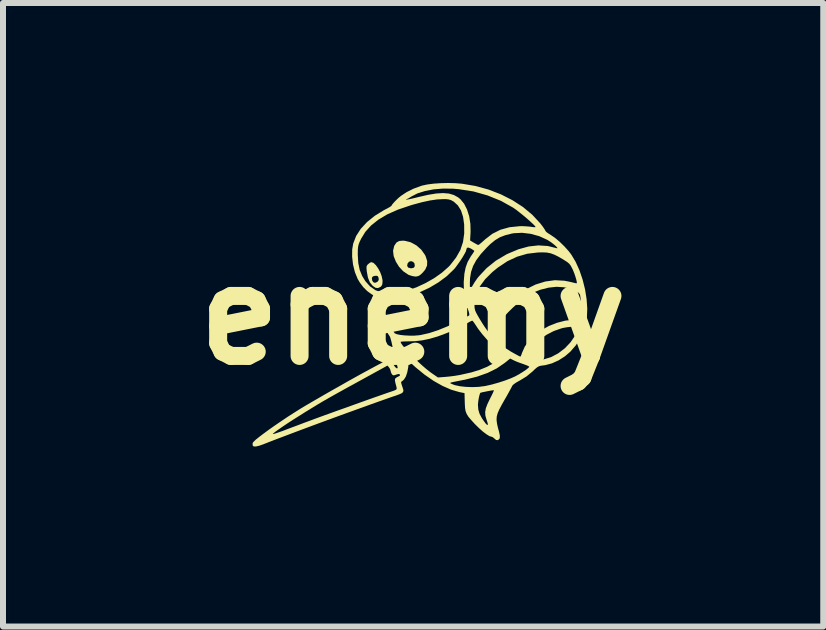
<source format=kicad_pcb>
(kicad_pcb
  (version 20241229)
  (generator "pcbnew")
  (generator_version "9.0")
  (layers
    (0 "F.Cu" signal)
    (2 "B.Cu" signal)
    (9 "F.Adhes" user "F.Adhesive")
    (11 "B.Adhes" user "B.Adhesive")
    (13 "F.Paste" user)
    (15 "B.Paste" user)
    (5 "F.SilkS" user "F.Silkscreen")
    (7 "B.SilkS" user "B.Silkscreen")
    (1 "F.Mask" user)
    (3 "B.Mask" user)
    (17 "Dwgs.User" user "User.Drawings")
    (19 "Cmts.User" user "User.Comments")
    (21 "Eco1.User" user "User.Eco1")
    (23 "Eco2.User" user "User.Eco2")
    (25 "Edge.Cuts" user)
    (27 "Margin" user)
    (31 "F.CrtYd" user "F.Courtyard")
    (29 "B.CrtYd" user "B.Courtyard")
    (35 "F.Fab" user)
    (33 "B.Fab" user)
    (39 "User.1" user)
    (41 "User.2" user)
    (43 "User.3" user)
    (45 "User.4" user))
  (footprint "enemy"
    (layer "F.Cu")
    (at 3.836 2.204)
    (property "Reference" "enemy" (at 0 0 0) (layer "F.SilkS") (effects (font (size 1.5 1.5) (thickness 0.3))))
    (attr board_only exclude_from_pos_files exclude_from_bom)
    (fp_poly (pts (xy -0.661 -0.872) (xy -0.622 -0.835) (xy -0.584 -0.782) (xy -0.55 -0.719) (xy -0.525 -0.652) (xy -0.511 -0.587) (xy -0.51 -0.564) (xy -0.514 -0.516) (xy -0.529 -0.486) (xy -0.543 -0.473) (xy -0.586 -0.453) (xy -0.626 -0.457) (xy -0.672 -0.488) (xy -0.672 -0.488) (xy -0.721 -0.546) (xy -0.75 -0.618) (xy -0.688 -0.618) (xy -0.683 -0.579) (xy -0.663 -0.55) (xy -0.639 -0.54) (xy -0.613 -0.548) (xy -0.593 -0.56) (xy -0.574 -0.586) (xy -0.576 -0.621) (xy -0.587 -0.649) (xy -0.61 -0.658) (xy -0.634 -0.657) (xy -0.67 -0.648) (xy -0.686 -0.627) (xy -0.688 -0.618) (xy -0.75 -0.618) (xy -0.754 -0.629) (xy -0.773 -0.731) (xy -0.778 -0.783) (xy -0.776 -0.815) (xy -0.765 -0.837) (xy -0.749 -0.853) (xy -0.719 -0.876) (xy -0.697 -0.885)) (stroke (width 0) (type solid)) (fill yes) (layer "F.SilkS"))
    (fp_poly (pts (xy -0.142 -1.241) (xy -0.041 -1.216) (xy 0.053 -1.165) (xy 0.135 -1.093) (xy 0.198 -1.004) (xy 0.208 -0.983) (xy 0.234 -0.903) (xy 0.232 -0.829) (xy 0.201 -0.76) (xy 0.158 -0.709) (xy 0.117 -0.671) (xy 0.084 -0.652) (xy 0.048 -0.645) (xy 0.036 -0.645) (xy -0.016 -0.653) (xy -0.071 -0.671) (xy -0.083 -0.677) (xy -0.167 -0.734) (xy -0.237 -0.81) (xy -0.244 -0.822) (xy -0.1 -0.822) (xy -0.082 -0.794) (xy -0.042 -0.783) (xy -0.024 -0.783) (xy 0.012 -0.793) (xy 0.026 -0.816) (xy 0.027 -0.822) (xy 0.022 -0.863) (xy -0.001 -0.89) (xy -0.034 -0.901) (xy -0.068 -0.893) (xy -0.093 -0.863) (xy -0.1 -0.822) (xy -0.244 -0.822) (xy -0.287 -0.891) (xy -0.325 -0.986) (xy -0.335 -1.074) (xy -0.316 -1.154) (xy -0.309 -1.167) (xy -0.277 -1.213) (xy -0.234 -1.237) (xy -0.174 -1.243)) (stroke (width 0) (type solid)) (fill yes) (layer "F.SilkS"))
    (fp_poly (pts (xy 0.705 -2.201) (xy 0.815 -2.192) (xy 1.039 -2.154) (xy 1.255 -2.095) (xy 1.462 -2.015) (xy 1.655 -1.917) (xy 1.83 -1.804) (xy 1.985 -1.675) (xy 2.116 -1.534) (xy 2.124 -1.524) (xy 2.161 -1.476) (xy 2.189 -1.435) (xy 2.204 -1.409) (xy 2.206 -1.404) (xy 2.218 -1.389) (xy 2.25 -1.365) (xy 2.295 -1.337) (xy 2.296 -1.336) (xy 2.365 -1.289) (xy 2.442 -1.224) (xy 2.52 -1.148) (xy 2.592 -1.068) (xy 2.635 -1.012) (xy 2.707 -0.892) (xy 2.771 -0.751) (xy 2.824 -0.595) (xy 2.865 -0.431) (xy 2.891 -0.266) (xy 2.902 -0.109) (xy 2.896 0.035) (xy 2.895 0.04) (xy 2.861 0.207) (xy 2.8 0.36) (xy 2.712 0.5) (xy 2.62 0.607) (xy 2.529 0.685) (xy 2.424 0.752) (xy 2.313 0.802) (xy 2.205 0.831) (xy 2.178 0.835) (xy 2.131 0.841) (xy 2.097 0.85) (xy 2.066 0.868) (xy 2.03 0.898) (xy 1.991 0.936) (xy 1.889 1.02) (xy 1.779 1.087) (xy 1.72 1.12) (xy 1.675 1.151) (xy 1.652 1.175) (xy 1.65 1.178) (xy 1.639 1.202) (xy 1.615 1.246) (xy 1.583 1.305) (xy 1.544 1.374) (xy 1.525 1.406) (xy 1.472 1.5) (xy 1.433 1.575) (xy 1.407 1.636) (xy 1.393 1.69) (xy 1.39 1.743) (xy 1.397 1.802) (xy 1.412 1.872) (xy 1.431 1.941) (xy 1.444 2.002) (xy 1.444 2.042) (xy 1.439 2.057) (xy 1.414 2.082) (xy 1.382 2.079) (xy 1.354 2.055) (xy 1.327 2.033) (xy 1.307 2.025) (xy 1.272 2.015) (xy 1.222 1.984) (xy 1.162 1.939) (xy 1.096 1.88) (xy 1.028 1.813) (xy 1.028 1.813) (xy 0.966 1.745) (xy 0.921 1.692) (xy 0.892 1.645) (xy 0.874 1.599) (xy 0.865 1.546) (xy 0.862 1.496) (xy 1.08 1.496) (xy 1.086 1.573) (xy 1.107 1.644) (xy 1.147 1.718) (xy 1.169 1.751) (xy 1.207 1.803) (xy 1.232 1.828) (xy 1.244 1.826) (xy 1.245 1.817) (xy 1.241 1.796) (xy 1.229 1.758) (xy 1.223 1.74) (xy 1.204 1.675) (xy 1.2 1.615) (xy 1.211 1.552) (xy 1.238 1.48) (xy 1.276 1.401) (xy 1.306 1.342) (xy 1.329 1.294) (xy 1.343 1.261) (xy 1.346 1.251) (xy 1.33 1.251) (xy 1.294 1.256) (xy 1.246 1.265) (xy 1.196 1.275) (xy 1.152 1.284) (xy 1.124 1.292) (xy 1.118 1.294) (xy 1.106 1.328) (xy 1.094 1.379) (xy 1.085 1.436) (xy 1.08 1.488) (xy 1.08 1.496) (xy 0.862 1.496) (xy 0.861 1.479) (xy 0.86 1.448) (xy 0.856 1.298) (xy 0.767 1.28) (xy 0.633 1.241) (xy 0.49 1.178) (xy 0.404 1.13) (xy 0.617 1.13) (xy 0.623 1.135) (xy 0.633 1.141) (xy 0.694 1.165) (xy 0.778 1.183) (xy 0.877 1.194) (xy 0.984 1.198) (xy 1.091 1.194) (xy 1.191 1.181) (xy 1.204 1.179) (xy 1.306 1.156) (xy 1.417 1.125) (xy 1.526 1.09) (xy 1.624 1.053) (xy 1.703 1.018) (xy 1.706 1.016) (xy 1.768 0.982) (xy 1.827 0.945) (xy 1.879 0.911) (xy 1.916 0.881) (xy 1.935 0.862) (xy 1.935 0.858) (xy 1.922 0.848) (xy 1.888 0.833) (xy 1.839 0.815) (xy 1.834 0.813) (xy 1.773 0.792) (xy 1.714 0.769) (xy 1.675 0.751) (xy 1.617 0.722) (xy 1.526 0.795) (xy 1.395 0.885) (xy 1.242 0.961) (xy 1.064 1.024) (xy 0.86 1.075) (xy 0.825 1.081) (xy 0.74 1.098) (xy 0.68 1.11) (xy 0.642 1.118) (xy 0.623 1.125) (xy 0.617 1.13) (xy 0.404 1.13) (xy 0.341 1.094) (xy 0.19 0.99) (xy 0.043 0.87) (xy 0.013 0.843) (xy -0.072 0.765) (xy -0.082 0.866) (xy -0.098 0.951) (xy -0.122 1.022) (xy -0.154 1.073) (xy -0.179 1.095) (xy -0.195 1.105) (xy -0.201 1.118) (xy -0.196 1.143) (xy -0.182 1.187) (xy -0.18 1.192) (xy -0.167 1.232) (xy -0.162 1.26) (xy -0.17 1.282) (xy -0.192 1.301) (xy -0.234 1.319) (xy -0.299 1.343) (xy -0.34 1.356) (xy -0.445 1.393) (xy -0.573 1.438) (xy -0.721 1.491) (xy -0.884 1.55) (xy -1.059 1.613) (xy -1.241 1.679) (xy -1.426 1.747) (xy -1.611 1.815) (xy -1.791 1.882) (xy -1.962 1.946) (xy -2.121 2.006) (xy -2.264 2.06) (xy -2.386 2.107) (xy -2.48 2.144) (xy -2.563 2.174) (xy -2.622 2.188) (xy -2.659 2.186) (xy -2.674 2.172) (xy -2.676 2.141) (xy -2.674 2.127) (xy -2.658 2.107) (xy -2.621 2.072) (xy -2.563 2.026) (xy -2.503 1.98) (xy -2.34 1.98) (xy -2.327 1.979) (xy -2.291 1.969) (xy -2.236 1.95) (xy -2.168 1.926) (xy -2.127 1.91) (xy -2.04 1.877) (xy -1.935 1.838) (xy -1.822 1.795) (xy -1.708 1.753) (xy -1.628 1.723) (xy -1.557 1.697) (xy -1.467 1.664) (xy -1.361 1.626) (xy -1.245 1.584) (xy -1.12 1.54) (xy -0.993 1.494) (xy -0.865 1.448) (xy -0.742 1.404) (xy -0.626 1.363) (xy -0.523 1.327) (xy -0.435 1.296) (xy -0.367 1.273) (xy -0.323 1.258) (xy -0.318 1.256) (xy -0.284 1.241) (xy -0.274 1.222) (xy -0.275 1.209) (xy -0.284 1.173) (xy -0.296 1.128) (xy -0.297 1.123) (xy -0.305 1.079) (xy -0.297 1.052) (xy -0.267 1.031) (xy -0.249 1.023) (xy -0.221 1.006) (xy -0.219 0.991) (xy -0.222 0.987) (xy -0.244 0.979) (xy -0.282 0.989) (xy -0.286 0.991) (xy -0.32 1.002) (xy -0.34 0.998) (xy -0.355 0.982) (xy -0.371 0.949) (xy -0.375 0.929) (xy -0.384 0.899) (xy -0.401 0.871) (xy -0.428 0.839) (xy -0.863 1.078) (xy -0.977 1.141) (xy -1.093 1.204) (xy -1.204 1.266) (xy -1.305 1.322) (xy -1.392 1.371) (xy -1.459 1.41) (xy -1.478 1.42) (xy -1.58 1.48) (xy -1.686 1.545) (xy -1.794 1.611) (xy -1.9 1.678) (xy -2.002 1.742) (xy -2.096 1.803) (xy -2.178 1.858) (xy -2.247 1.906) (xy -2.299 1.943) (xy -2.331 1.969) (xy -2.34 1.98) (xy -2.503 1.98) (xy -2.489 1.97) (xy -2.402 1.906) (xy -2.304 1.837) (xy -2.198 1.765) (xy -2.088 1.691) (xy -1.975 1.619) (xy -1.95 1.603) (xy -1.883 1.561) (xy -1.799 1.51) (xy -1.7 1.452) (xy -1.589 1.388) (xy -1.47 1.319) (xy -1.346 1.248) (xy -1.218 1.176) (xy -1.092 1.104) (xy -0.968 1.035) (xy -0.851 0.97) (xy -0.742 0.911) (xy -0.646 0.859) (xy -0.565 0.816) (xy -0.502 0.783) (xy -0.459 0.763) (xy -0.443 0.757) (xy -0.395 0.757) (xy -0.353 0.786) (xy -0.322 0.832) (xy -0.3 0.864) (xy -0.278 0.883) (xy -0.262 0.885) (xy -0.259 0.867) (xy -0.261 0.859) (xy -0.294 0.74) (xy -0.321 0.63) (xy -0.345 0.519) (xy -0.359 0.455) (xy -0.361 0.445) (xy -0.21 0.445) (xy -0.199 0.47) (xy -0.169 0.512) (xy -0.124 0.565) (xy -0.066 0.627) (xy -0.001 0.694) (xy 0.07 0.763) (xy 0.141 0.829) (xy 0.21 0.889) (xy 0.273 0.939) (xy 0.308 0.965) (xy 0.413 1.037) (xy 0.534 1.028) (xy 0.607 1.021) (xy 0.693 1.01) (xy 0.778 0.996) (xy 0.804 0.99) (xy 0.969 0.953) (xy 1.109 0.91) (xy 1.233 0.859) (xy 1.344 0.798) (xy 1.392 0.767) (xy 1.451 0.727) (xy 1.486 0.697) (xy 1.487 0.696) (xy 1.913 0.696) (xy 1.919 0.721) (xy 1.949 0.735) (xy 1.973 0.739) (xy 2.045 0.747) (xy 2.106 0.745) (xy 2.177 0.735) (xy 2.177 0.735) (xy 2.299 0.698) (xy 2.418 0.635) (xy 2.528 0.551) (xy 2.623 0.451) (xy 2.699 0.339) (xy 2.714 0.31) (xy 2.736 0.26) (xy 2.751 0.221) (xy 2.755 0.2) (xy 2.754 0.198) (xy 2.731 0.191) (xy 2.686 0.19) (xy 2.628 0.193) (xy 2.564 0.2) (xy 2.502 0.211) (xy 2.473 0.218) (xy 2.345 0.263) (xy 2.224 0.325) (xy 2.117 0.4) (xy 2.028 0.484) (xy 1.96 0.575) (xy 1.924 0.651) (xy 1.913 0.696) (xy 1.487 0.696) (xy 1.498 0.672) (xy 1.486 0.646) (xy 1.452 0.613) (xy 1.404 0.573) (xy 1.32 0.498) (xy 1.234 0.409) (xy 1.221 0.395) (xy 1.385 0.395) (xy 1.398 0.423) (xy 1.433 0.462) (xy 1.485 0.507) (xy 1.551 0.556) (xy 1.626 0.604) (xy 1.656 0.621) (xy 1.71 0.651) (xy 1.754 0.675) (xy 1.781 0.688) (xy 1.787 0.69) (xy 1.796 0.677) (xy 1.809 0.645) (xy 1.814 0.628) (xy 1.861 0.522) (xy 1.933 0.422) (xy 2.027 0.33) (xy 2.138 0.248) (xy 2.263 0.179) (xy 2.398 0.126) (xy 2.537 0.09) (xy 2.678 0.075) (xy 2.701 0.075) (xy 2.789 0.075) (xy 2.799 0.02) (xy 2.803 -0.02) (xy 2.803 -0.082) (xy 2.801 -0.153) (xy 2.796 -0.226) (xy 2.789 -0.291) (xy 2.782 -0.338) (xy 2.781 -0.343) (xy 2.759 -0.373) (xy 2.712 -0.404) (xy 2.646 -0.432) (xy 2.566 -0.455) (xy 2.513 -0.466) (xy 2.391 -0.474) (xy 2.258 -0.46) (xy 2.12 -0.425) (xy 1.985 -0.371) (xy 1.974 -0.365) (xy 1.907 -0.325) (xy 1.827 -0.267) (xy 1.742 -0.198) (xy 1.658 -0.123) (xy 1.582 -0.048) (xy 1.549 -0.012) (xy 1.496 0.061) (xy 1.45 0.148) (xy 1.413 0.241) (xy 1.39 0.329) (xy 1.385 0.395) (xy 1.221 0.395) (xy 1.152 0.316) (xy 1.082 0.225) (xy 1.045 0.169) (xy 1.018 0.128) (xy 0.996 0.099) (xy 0.985 0.09) (xy 0.966 0.097) (xy 0.93 0.116) (xy 0.887 0.141) (xy 0.81 0.184) (xy 0.713 0.231) (xy 0.607 0.278) (xy 0.502 0.32) (xy 0.407 0.354) (xy 0.405 0.355) (xy 0.27 0.394) (xy 0.149 0.419) (xy 0.034 0.432) (xy -0.061 0.435) (xy -0.124 0.436) (xy -0.173 0.438) (xy -0.204 0.442) (xy -0.21 0.445) (xy -0.361 0.445) (xy -0.373 0.401) (xy -0.384 0.364) (xy -0.389 0.354) (xy -0.42 0.307) (xy -0.456 0.24) (xy -0.495 0.16) (xy -0.534 0.071) (xy -0.571 -0.019) (xy -0.603 -0.105) (xy -0.628 -0.181) (xy -0.642 -0.24) (xy -0.645 -0.267) (xy -0.646 -0.283) (xy -0.558 -0.283) (xy -0.55 -0.238) (xy -0.537 -0.194) (xy -0.515 -0.132) (xy -0.486 -0.059) (xy -0.452 0.02) (xy -0.416 0.099) (xy -0.381 0.172) (xy -0.349 0.234) (xy -0.323 0.279) (xy -0.307 0.301) (xy -0.273 0.316) (xy -0.216 0.328) (xy -0.144 0.336) (xy -0.063 0.34) (xy 0.019 0.34) (xy 0.095 0.334) (xy 0.129 0.329) (xy 0.269 0.297) (xy 0.416 0.249) (xy 0.575 0.184) (xy 0.698 0.125) (xy 0.773 0.088) (xy 0.839 0.054) (xy 0.891 0.026) (xy 0.925 0.008) (xy 0.935 0.002) (xy 0.936 -0.018) (xy 0.928 -0.055) (xy 0.918 -0.084) (xy 0.895 -0.155) (xy 1.022 -0.155) (xy 1.025 -0.114) (xy 1.034 -0.078) (xy 1.053 -0.036) (xy 1.083 0.018) (xy 1.119 0.079) (xy 1.158 0.142) (xy 1.196 0.2) (xy 1.232 0.25) (xy 1.259 0.285) (xy 1.275 0.3) (xy 1.277 0.3) (xy 1.284 0.287) (xy 1.295 0.252) (xy 1.303 0.22) (xy 1.334 0.129) (xy 1.387 0.03) (xy 1.456 -0.07) (xy 1.538 -0.164) (xy 1.562 -0.188) (xy 1.72 -0.325) (xy 1.88 -0.433) (xy 2.041 -0.512) (xy 2.202 -0.562) (xy 2.363 -0.584) (xy 2.522 -0.575) (xy 2.618 -0.556) (xy 2.67 -0.543) (xy 2.709 -0.534) (xy 2.727 -0.532) (xy 2.727 -0.532) (xy 2.728 -0.551) (xy 2.72 -0.589) (xy 2.705 -0.641) (xy 2.686 -0.697) (xy 2.664 -0.752) (xy 2.656 -0.769) (xy 2.63 -0.82) (xy 2.604 -0.856) (xy 2.569 -0.886) (xy 2.516 -0.92) (xy 2.51 -0.924) (xy 2.423 -0.975) (xy 2.352 -1.01) (xy 2.289 -1.033) (xy 2.227 -1.045) (xy 2.156 -1.048) (xy 2.079 -1.046) (xy 1.902 -1.025) (xy 1.733 -0.976) (xy 1.57 -0.9) (xy 1.411 -0.794) (xy 1.32 -0.72) (xy 1.202 -0.603) (xy 1.114 -0.484) (xy 1.055 -0.362) (xy 1.027 -0.239) (xy 1.025 -0.21) (xy 1.022 -0.155) (xy 0.895 -0.155) (xy 0.872 -0.229) (xy 0.847 -0.38) (xy 0.843 -0.535) (xy 0.945 -0.535) (xy 0.946 -0.413) (xy 0.99 -0.493) (xy 1.026 -0.553) (xy 1.069 -0.615) (xy 1.091 -0.643) (xy 1.225 -0.786) (xy 1.378 -0.909) (xy 1.553 -1.013) (xy 1.58 -1.026) (xy 1.757 -1.1) (xy 1.925 -1.146) (xy 2.087 -1.164) (xy 2.243 -1.154) (xy 2.393 -1.117) (xy 2.406 -1.117) (xy 2.398 -1.13) (xy 2.376 -1.154) (xy 2.342 -1.183) (xy 2.302 -1.214) (xy 2.259 -1.242) (xy 2.235 -1.257) (xy 2.101 -1.318) (xy 1.958 -1.357) (xy 1.815 -1.374) (xy 1.677 -1.367) (xy 1.639 -1.36) (xy 1.533 -1.333) (xy 1.445 -1.299) (xy 1.367 -1.252) (xy 1.288 -1.188) (xy 1.226 -1.127) (xy 1.127 -1.019) (xy 1.052 -0.918) (xy 0.999 -0.821) (xy 0.965 -0.721) (xy 0.948 -0.615) (xy 0.945 -0.535) (xy 0.843 -0.535) (xy 0.843 -0.545) (xy 0.844 -0.568) (xy 0.854 -0.693) (xy 0.875 -0.796) (xy 0.907 -0.886) (xy 0.955 -0.971) (xy 0.97 -0.994) (xy 0.997 -1.033) (xy 1.015 -1.062) (xy 1.02 -1.071) (xy 1.009 -1.082) (xy 0.979 -1.101) (xy 0.965 -1.11) (xy 0.922 -1.128) (xy 0.896 -1.123) (xy 0.886 -1.093) (xy 0.885 -1.087) (xy 0.877 -1.061) (xy 0.854 -1.018) (xy 0.821 -0.962) (xy 0.782 -0.902) (xy 0.74 -0.843) (xy 0.701 -0.79) (xy 0.675 -0.761) (xy 0.558 -0.649) (xy 0.422 -0.548) (xy 0.272 -0.459) (xy 0.114 -0.385) (xy -0.048 -0.328) (xy -0.207 -0.29) (xy -0.36 -0.273) (xy -0.448 -0.275) (xy -0.558 -0.283) (xy -0.646 -0.283) (xy -0.648 -0.305) (xy -0.663 -0.33) (xy -0.696 -0.353) (xy -0.704 -0.358) (xy -0.766 -0.403) (xy -0.83 -0.467) (xy -0.887 -0.542) (xy -0.925 -0.605) (xy -0.971 -0.718) (xy -1.002 -0.844) (xy -1.017 -0.973) (xy -1.017 -1.006) (xy -0.923 -1.006) (xy -0.915 -0.871) (xy -0.891 -0.755) (xy -0.848 -0.651) (xy -0.796 -0.567) (xy -0.718 -0.48) (xy -0.628 -0.417) (xy -0.523 -0.379) (xy -0.403 -0.365) (xy -0.266 -0.375) (xy -0.112 -0.409) (xy -0.098 -0.413) (xy 0.054 -0.465) (xy 0.205 -0.535) (xy 0.349 -0.617) (xy 0.478 -0.708) (xy 0.587 -0.804) (xy 0.616 -0.834) (xy 0.715 -0.961) (xy 0.787 -1.088) (xy 0.831 -1.221) (xy 0.851 -1.362) (xy 0.851 -1.365) (xy 0.85 -1.512) (xy 0.832 -1.64) (xy 0.797 -1.747) (xy 0.745 -1.831) (xy 0.678 -1.892) (xy 0.678 -1.892) (xy 0.636 -1.916) (xy 0.597 -1.929) (xy 0.549 -1.935) (xy 0.501 -1.935) (xy 0.398 -1.93) (xy 0.282 -1.913) (xy 0.148 -1.884) (xy -0.008 -1.842) (xy -0.05 -1.829) (xy -0.254 -1.76) (xy -0.43 -1.682) (xy -0.578 -1.594) (xy -0.7 -1.497) (xy -0.797 -1.39) (xy -0.867 -1.276) (xy -0.892 -1.224) (xy -0.908 -1.183) (xy -0.917 -1.144) (xy -0.922 -1.097) (xy -0.923 -1.032) (xy -0.923 -1.006) (xy -1.017 -1.006) (xy -1.016 -1.097) (xy -0.999 -1.195) (xy -0.951 -1.32) (xy -0.874 -1.439) (xy -0.77 -1.552) (xy -0.64 -1.657) (xy -0.486 -1.752) (xy -0.439 -1.776) (xy -0.397 -1.799) (xy -0.368 -1.818) (xy -0.36 -1.827) (xy -0.349 -1.846) (xy -0.321 -1.879) (xy -0.283 -1.919) (xy -0.271 -1.93) (xy -0.119 -1.93) (xy -0.117 -1.927) (xy -0.1 -1.928) (xy -0.06 -1.935) (xy -0.002 -1.948) (xy 0.069 -1.965) (xy 0.092 -1.971) (xy 0.25 -2.007) (xy 0.385 -2.029) (xy 0.499 -2.036) (xy 0.596 -2.028) (xy 0.678 -2.004) (xy 0.749 -1.965) (xy 0.787 -1.934) (xy 0.849 -1.859) (xy 0.898 -1.762) (xy 0.934 -1.648) (xy 0.954 -1.522) (xy 0.957 -1.391) (xy 0.956 -1.373) (xy 0.949 -1.246) (xy 1.011 -1.209) (xy 1.05 -1.187) (xy 1.078 -1.173) (xy 1.086 -1.171) (xy 1.102 -1.18) (xy 1.134 -1.206) (xy 1.176 -1.243) (xy 1.2 -1.265) (xy 1.319 -1.357) (xy 1.455 -1.425) (xy 1.607 -1.467) (xy 1.775 -1.484) (xy 1.815 -1.485) (xy 1.879 -1.482) (xy 1.941 -1.477) (xy 1.977 -1.472) (xy 2.015 -1.467) (xy 2.038 -1.468) (xy 2.04 -1.471) (xy 2.029 -1.488) (xy 1.999 -1.519) (xy 1.955 -1.56) (xy 1.901 -1.608) (xy 1.841 -1.659) (xy 1.781 -1.707) (xy 1.726 -1.751) (xy 1.679 -1.784) (xy 1.668 -1.792) (xy 1.462 -1.907) (xy 1.239 -1.997) (xy 1.005 -2.063) (xy 0.761 -2.101) (xy 0.666 -2.109) (xy 0.499 -2.111) (xy 0.341 -2.098) (xy 0.197 -2.07) (xy 0.07 -2.03) (xy -0.033 -1.977) (xy -0.04 -1.972) (xy -0.077 -1.949) (xy -0.104 -1.937) (xy -0.11 -1.935) (xy -0.119 -1.93) (xy -0.271 -1.93) (xy -0.24 -1.959) (xy -0.202 -1.99) (xy -0.108 -2.052) (xy 0.006 -2.109) (xy 0.128 -2.154) (xy 0.15 -2.161) (xy 0.234 -2.179) (xy 0.339 -2.193) (xy 0.458 -2.201) (xy 0.583 -2.204)) (stroke (width 0) (type solid)) (fill yes) (layer "F.SilkS")))
  (gr_rect
    (start -3 -3)
    (end 10.671 7.392)
    (stroke (width 0.1) (type default))
    (fill no)
    (layer "Edge.Cuts")))
</source>
